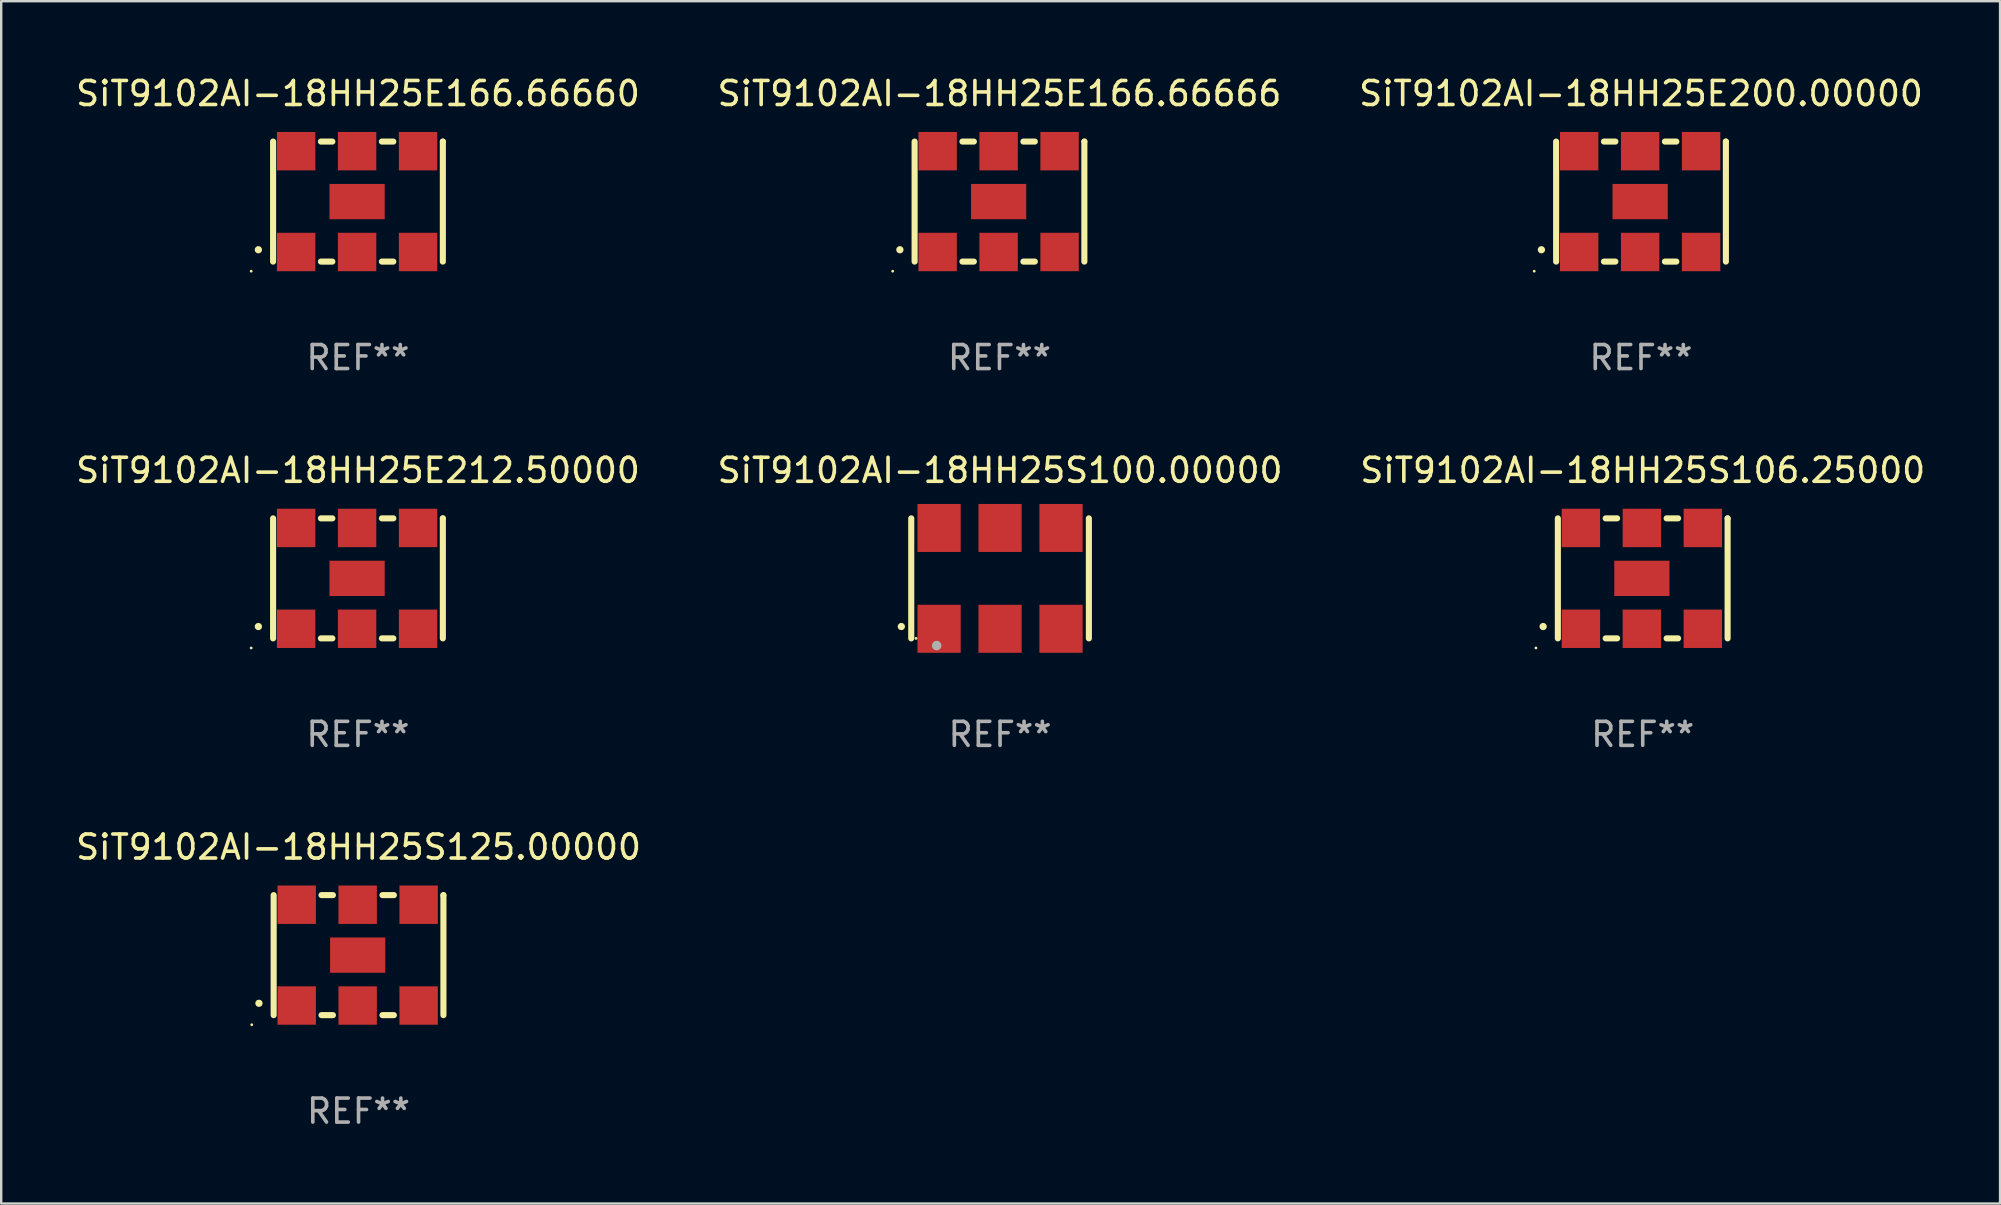
<source format=kicad_pcb>
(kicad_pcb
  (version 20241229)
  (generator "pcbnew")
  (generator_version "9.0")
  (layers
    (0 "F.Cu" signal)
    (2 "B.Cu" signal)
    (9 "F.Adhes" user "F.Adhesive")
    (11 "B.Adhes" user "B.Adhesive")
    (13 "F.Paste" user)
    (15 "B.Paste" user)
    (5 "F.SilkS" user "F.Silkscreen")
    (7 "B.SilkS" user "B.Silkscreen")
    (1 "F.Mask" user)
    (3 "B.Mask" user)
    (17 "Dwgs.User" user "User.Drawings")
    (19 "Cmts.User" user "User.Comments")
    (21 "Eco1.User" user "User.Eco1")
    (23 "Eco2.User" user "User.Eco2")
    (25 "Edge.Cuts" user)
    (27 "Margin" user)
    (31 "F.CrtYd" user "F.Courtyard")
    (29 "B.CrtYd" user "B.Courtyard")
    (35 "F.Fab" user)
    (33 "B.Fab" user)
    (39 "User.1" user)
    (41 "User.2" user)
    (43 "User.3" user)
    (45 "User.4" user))
  (footprint "SiT9102AI-18HH25E212.50000"
    (layer "F.Cu")
    (at 11.863 21.045)
    (property "Reference" "SiT9102AI-18HH25E212.50000" (at 0 -4.5 0) (layer "F.SilkS") (effects (font (size 1 1) (thickness 0.15))))
    (attr through_hole)
    (fp_line (start -3.536 -2.5) (end -3.536 2.5) (stroke (width 0.254) (type solid)) (layer "F.SilkS"))
    (fp_line (start -1.544 2.5) (end -1.067 2.5) (stroke (width 0.254) (type solid)) (layer "F.SilkS"))
    (fp_line (start -1.067 -2.5) (end -1.544 -2.5) (stroke (width 0.254) (type solid)) (layer "F.SilkS"))
    (fp_line (start 0.996 2.5) (end 1.473 2.5) (stroke (width 0.254) (type solid)) (layer "F.SilkS"))
    (fp_line (start 1.473 -2.5) (end 0.996 -2.5) (stroke (width 0.254) (type solid)) (layer "F.SilkS"))
    (fp_line (start 3.536 -2.5) (end 3.536 -2.5) (stroke (width 0.254) (type solid)) (layer "F.SilkS"))
    (fp_line (start 3.536 2.5) (end 3.536 -2.5) (stroke (width 0.254) (type solid)) (layer "F.SilkS"))
    (fp_arc (start -4.150432 2.006604) (mid -4.149162 2.006599) (end -4.147892 2.006604) (stroke (width 0.3) (type solid)) (layer "F.SilkS"))
    (fp_circle (center -4.449 2.9) (end -4.419 2.9) (stroke (width 0.06) (type solid)) (fill no) (layer "F.SilkS"))
    (fp_text user "REF**" (at 0 6.5 0) (layer "F.Fab") (effects (font (size 1 1) (thickness 0.15))))
    (pad "1" smd rect (at -2.576 2.1) (size 1.6 1.6) (layers "F.Cu" "F.Mask" "F.Paste"))
    (pad "2" smd rect (at -0.036 2.1) (size 1.6 1.6) (layers "F.Cu" "F.Mask" "F.Paste"))
    (pad "3" smd rect (at 2.504 2.1) (size 1.6 1.6) (layers "F.Cu" "F.Mask" "F.Paste"))
    (pad "4" smd rect (at 2.504 -2.1) (size 1.6 1.6) (layers "F.Cu" "F.Mask" "F.Paste"))
    (pad "5" smd rect (at -0.036 -2.1) (size 1.6 1.6) (layers "F.Cu" "F.Mask" "F.Paste"))
    (pad "6" smd rect (at -2.576 -2.1) (size 1.6 1.6) (layers "F.Cu" "F.Mask" "F.Paste"))
    (pad "7" smd rect (at -0.036 0) (size 2.3 1.47) (layers "F.Cu" "F.Mask" "F.Paste")))
  (footprint "SiT9102AI-18HH25E166.66660"
    (layer "F.Cu")
    (at 11.863 5.348)
    (property "Reference" "SiT9102AI-18HH25E166.66660" (at 0 -4.5 0) (layer "F.SilkS") (effects (font (size 1 1) (thickness 0.15))))
    (attr through_hole)
    (fp_line (start -3.536 -2.5) (end -3.536 2.5) (stroke (width 0.254) (type solid)) (layer "F.SilkS"))
    (fp_line (start -1.544 2.5) (end -1.067 2.5) (stroke (width 0.254) (type solid)) (layer "F.SilkS"))
    (fp_line (start -1.067 -2.5) (end -1.544 -2.5) (stroke (width 0.254) (type solid)) (layer "F.SilkS"))
    (fp_line (start 0.996 2.5) (end 1.473 2.5) (stroke (width 0.254) (type solid)) (layer "F.SilkS"))
    (fp_line (start 1.473 -2.5) (end 0.996 -2.5) (stroke (width 0.254) (type solid)) (layer "F.SilkS"))
    (fp_line (start 3.536 -2.5) (end 3.536 -2.5) (stroke (width 0.254) (type solid)) (layer "F.SilkS"))
    (fp_line (start 3.536 2.5) (end 3.536 -2.5) (stroke (width 0.254) (type solid)) (layer "F.SilkS"))
    (fp_arc (start -4.150432 2.006604) (mid -4.149162 2.006599) (end -4.147892 2.006604) (stroke (width 0.3) (type solid)) (layer "F.SilkS"))
    (fp_circle (center -4.449 2.9) (end -4.419 2.9) (stroke (width 0.06) (type solid)) (fill no) (layer "F.SilkS"))
    (fp_text user "REF**" (at 0 6.5 0) (layer "F.Fab") (effects (font (size 1 1) (thickness 0.15))))
    (pad "1" smd rect (at -2.576 2.1) (size 1.6 1.6) (layers "F.Cu" "F.Mask" "F.Paste"))
    (pad "2" smd rect (at -0.036 2.1) (size 1.6 1.6) (layers "F.Cu" "F.Mask" "F.Paste"))
    (pad "3" smd rect (at 2.504 2.1) (size 1.6 1.6) (layers "F.Cu" "F.Mask" "F.Paste"))
    (pad "4" smd rect (at 2.504 -2.1) (size 1.6 1.6) (layers "F.Cu" "F.Mask" "F.Paste"))
    (pad "5" smd rect (at -0.036 -2.1) (size 1.6 1.6) (layers "F.Cu" "F.Mask" "F.Paste"))
    (pad "6" smd rect (at -2.576 -2.1) (size 1.6 1.6) (layers "F.Cu" "F.Mask" "F.Paste"))
    (pad "7" smd rect (at -0.036 0) (size 2.3 1.47) (layers "F.Cu" "F.Mask" "F.Paste")))
  (footprint "SiT9102AI-18HH25S100.00000"
    (layer "F.Cu")
    (at 38.613 21.045)
    (property "Reference" "SiT9102AI-18HH25S100.00000" (at 0 -4.5 0) (layer "F.SilkS") (effects (font (size 1 1) (thickness 0.15))))
    (attr through_hole)
    (fp_line (start -3.7 -2.5) (end -3.7 2.5) (stroke (width 0.254) (type solid)) (layer "F.SilkS"))
    (fp_line (start 3.7 -2.5) (end 3.7 2.5) (stroke (width 0.254) (type solid)) (layer "F.SilkS"))
    (fp_arc (start -4.114415 2.006604) (mid -4.113145 2.006599) (end -4.111875 2.006604) (stroke (width 0.3) (type solid)) (layer "F.SilkS"))
    (fp_circle (center -3.5 2.501) (end -3.47 2.501) (stroke (width 0.06) (type solid)) (fill no) (layer "F.SilkS"))
    (fp_circle (center -2.641 2.799) (end -2.541 2.799) (stroke (width 0.2) (type solid)) (fill no) (layer "F.Fab"))
    (fp_text user "REF**" (at 0 6.5 0) (layer "F.Fab") (effects (font (size 1 1) (thickness 0.15))))
    (pad "1" smd rect (at -2.54 2.1) (size 1.8 2) (layers "F.Cu" "F.Mask" "F.Paste"))
    (pad "2" smd rect (at 0.000394 2.1) (size 1.8 2) (layers "F.Cu" "F.Mask" "F.Paste"))
    (pad "3" smd rect (at 2.54 2.1) (size 1.8 2) (layers "F.Cu" "F.Mask" "F.Paste"))
    (pad "4" smd rect (at 2.54 -2.1) (size 1.8 2) (layers "F.Cu" "F.Mask" "F.Paste"))
    (pad "5" smd rect (at 0.000394 -2.1) (size 1.8 2) (layers "F.Cu" "F.Mask" "F.Paste"))
    (pad "6" smd rect (at -2.54 -2.1) (size 1.8 2) (layers "F.Cu" "F.Mask" "F.Paste")))
  (footprint "SiT9102AI-18HH25S106.25000"
    (layer "F.Cu")
    (at 65.387 21.045)
    (property "Reference" "SiT9102AI-18HH25S106.25000" (at 0 -4.5 0) (layer "F.SilkS") (effects (font (size 1 1) (thickness 0.15))))
    (attr through_hole)
    (fp_line (start -3.536 -2.5) (end -3.536 2.5) (stroke (width 0.254) (type solid)) (layer "F.SilkS"))
    (fp_line (start -1.544 2.5) (end -1.067 2.5) (stroke (width 0.254) (type solid)) (layer "F.SilkS"))
    (fp_line (start -1.067 -2.5) (end -1.544 -2.5) (stroke (width 0.254) (type solid)) (layer "F.SilkS"))
    (fp_line (start 0.996 2.5) (end 1.473 2.5) (stroke (width 0.254) (type solid)) (layer "F.SilkS"))
    (fp_line (start 1.473 -2.5) (end 0.996 -2.5) (stroke (width 0.254) (type solid)) (layer "F.SilkS"))
    (fp_line (start 3.536 -2.5) (end 3.536 -2.5) (stroke (width 0.254) (type solid)) (layer "F.SilkS"))
    (fp_line (start 3.536 2.5) (end 3.536 -2.5) (stroke (width 0.254) (type solid)) (layer "F.SilkS"))
    (fp_arc (start -4.150432 2.006604) (mid -4.149162 2.006599) (end -4.147892 2.006604) (stroke (width 0.3) (type solid)) (layer "F.SilkS"))
    (fp_circle (center -4.449 2.9) (end -4.419 2.9) (stroke (width 0.06) (type solid)) (fill no) (layer "F.SilkS"))
    (fp_text user "REF**" (at 0 6.5 0) (layer "F.Fab") (effects (font (size 1 1) (thickness 0.15))))
    (pad "1" smd rect (at -2.576 2.1) (size 1.6 1.6) (layers "F.Cu" "F.Mask" "F.Paste"))
    (pad "2" smd rect (at -0.036 2.1) (size 1.6 1.6) (layers "F.Cu" "F.Mask" "F.Paste"))
    (pad "3" smd rect (at 2.504 2.1) (size 1.6 1.6) (layers "F.Cu" "F.Mask" "F.Paste"))
    (pad "4" smd rect (at 2.504 -2.1) (size 1.6 1.6) (layers "F.Cu" "F.Mask" "F.Paste"))
    (pad "5" smd rect (at -0.036 -2.1) (size 1.6 1.6) (layers "F.Cu" "F.Mask" "F.Paste"))
    (pad "6" smd rect (at -2.576 -2.1) (size 1.6 1.6) (layers "F.Cu" "F.Mask" "F.Paste"))
    (pad "7" smd rect (at -0.036 0) (size 2.3 1.47) (layers "F.Cu" "F.Mask" "F.Paste")))
  (footprint "SiT9102AI-18HH25E166.66666"
    (layer "F.Cu")
    (at 38.589 5.348)
    (property "Reference" "SiT9102AI-18HH25E166.66666" (at 0 -4.5 0) (layer "F.SilkS") (effects (font (size 1 1) (thickness 0.15))))
    (attr through_hole)
    (fp_line (start -3.536 -2.5) (end -3.536 2.5) (stroke (width 0.254) (type solid)) (layer "F.SilkS"))
    (fp_line (start -1.544 2.5) (end -1.067 2.5) (stroke (width 0.254) (type solid)) (layer "F.SilkS"))
    (fp_line (start -1.067 -2.5) (end -1.544 -2.5) (stroke (width 0.254) (type solid)) (layer "F.SilkS"))
    (fp_line (start 0.996 2.5) (end 1.473 2.5) (stroke (width 0.254) (type solid)) (layer "F.SilkS"))
    (fp_line (start 1.473 -2.5) (end 0.996 -2.5) (stroke (width 0.254) (type solid)) (layer "F.SilkS"))
    (fp_line (start 3.536 -2.5) (end 3.536 -2.5) (stroke (width 0.254) (type solid)) (layer "F.SilkS"))
    (fp_line (start 3.536 2.5) (end 3.536 -2.5) (stroke (width 0.254) (type solid)) (layer "F.SilkS"))
    (fp_arc (start -4.150432 2.006604) (mid -4.149162 2.006599) (end -4.147892 2.006604) (stroke (width 0.3) (type solid)) (layer "F.SilkS"))
    (fp_circle (center -4.449 2.9) (end -4.419 2.9) (stroke (width 0.06) (type solid)) (fill no) (layer "F.SilkS"))
    (fp_text user "REF**" (at 0 6.5 0) (layer "F.Fab") (effects (font (size 1 1) (thickness 0.15))))
    (pad "1" smd rect (at -2.576 2.1) (size 1.6 1.6) (layers "F.Cu" "F.Mask" "F.Paste"))
    (pad "2" smd rect (at -0.036 2.1) (size 1.6 1.6) (layers "F.Cu" "F.Mask" "F.Paste"))
    (pad "3" smd rect (at 2.504 2.1) (size 1.6 1.6) (layers "F.Cu" "F.Mask" "F.Paste"))
    (pad "4" smd rect (at 2.504 -2.1) (size 1.6 1.6) (layers "F.Cu" "F.Mask" "F.Paste"))
    (pad "5" smd rect (at -0.036 -2.1) (size 1.6 1.6) (layers "F.Cu" "F.Mask" "F.Paste"))
    (pad "6" smd rect (at -2.576 -2.1) (size 1.6 1.6) (layers "F.Cu" "F.Mask" "F.Paste"))
    (pad "7" smd rect (at -0.036 0) (size 2.3 1.47) (layers "F.Cu" "F.Mask" "F.Paste")))
  (footprint "SiT9102AI-18HH25E200.00000"
    (layer "F.Cu")
    (at 65.315 5.348)
    (property "Reference" "SiT9102AI-18HH25E200.00000" (at 0 -4.5 0) (layer "F.SilkS") (effects (font (size 1 1) (thickness 0.15))))
    (attr through_hole)
    (fp_line (start -3.536 -2.5) (end -3.536 2.5) (stroke (width 0.254) (type solid)) (layer "F.SilkS"))
    (fp_line (start -1.544 2.5) (end -1.067 2.5) (stroke (width 0.254) (type solid)) (layer "F.SilkS"))
    (fp_line (start -1.067 -2.5) (end -1.544 -2.5) (stroke (width 0.254) (type solid)) (layer "F.SilkS"))
    (fp_line (start 0.996 2.5) (end 1.473 2.5) (stroke (width 0.254) (type solid)) (layer "F.SilkS"))
    (fp_line (start 1.473 -2.5) (end 0.996 -2.5) (stroke (width 0.254) (type solid)) (layer "F.SilkS"))
    (fp_line (start 3.536 -2.5) (end 3.536 -2.5) (stroke (width 0.254) (type solid)) (layer "F.SilkS"))
    (fp_line (start 3.536 2.5) (end 3.536 -2.5) (stroke (width 0.254) (type solid)) (layer "F.SilkS"))
    (fp_arc (start -4.150432 2.006604) (mid -4.149162 2.006599) (end -4.147892 2.006604) (stroke (width 0.3) (type solid)) (layer "F.SilkS"))
    (fp_circle (center -4.449 2.9) (end -4.419 2.9) (stroke (width 0.06) (type solid)) (fill no) (layer "F.SilkS"))
    (fp_text user "REF**" (at 0 6.5 0) (layer "F.Fab") (effects (font (size 1 1) (thickness 0.15))))
    (pad "1" smd rect (at -2.576 2.1) (size 1.6 1.6) (layers "F.Cu" "F.Mask" "F.Paste"))
    (pad "2" smd rect (at -0.036 2.1) (size 1.6 1.6) (layers "F.Cu" "F.Mask" "F.Paste"))
    (pad "3" smd rect (at 2.504 2.1) (size 1.6 1.6) (layers "F.Cu" "F.Mask" "F.Paste"))
    (pad "4" smd rect (at 2.504 -2.1) (size 1.6 1.6) (layers "F.Cu" "F.Mask" "F.Paste"))
    (pad "5" smd rect (at -0.036 -2.1) (size 1.6 1.6) (layers "F.Cu" "F.Mask" "F.Paste"))
    (pad "6" smd rect (at -2.576 -2.1) (size 1.6 1.6) (layers "F.Cu" "F.Mask" "F.Paste"))
    (pad "7" smd rect (at -0.036 0) (size 2.3 1.47) (layers "F.Cu" "F.Mask" "F.Paste")))
  (footprint "SiT9102AI-18HH25S125.00000"
    (layer "F.Cu")
    (at 11.887 36.741)
    (property "Reference" "SiT9102AI-18HH25S125.00000" (at 0 -4.5 0) (layer "F.SilkS") (effects (font (size 1 1) (thickness 0.15))))
    (attr through_hole)
    (fp_line (start -3.536 -2.5) (end -3.536 2.5) (stroke (width 0.254) (type solid)) (layer "F.SilkS"))
    (fp_line (start -1.544 2.5) (end -1.067 2.5) (stroke (width 0.254) (type solid)) (layer "F.SilkS"))
    (fp_line (start -1.067 -2.5) (end -1.544 -2.5) (stroke (width 0.254) (type solid)) (layer "F.SilkS"))
    (fp_line (start 0.996 2.5) (end 1.473 2.5) (stroke (width 0.254) (type solid)) (layer "F.SilkS"))
    (fp_line (start 1.473 -2.5) (end 0.996 -2.5) (stroke (width 0.254) (type solid)) (layer "F.SilkS"))
    (fp_line (start 3.536 -2.5) (end 3.536 -2.5) (stroke (width 0.254) (type solid)) (layer "F.SilkS"))
    (fp_line (start 3.536 2.5) (end 3.536 -2.5) (stroke (width 0.254) (type solid)) (layer "F.SilkS"))
    (fp_arc (start -4.150432 2.006604) (mid -4.149162 2.006599) (end -4.147892 2.006604) (stroke (width 0.3) (type solid)) (layer "F.SilkS"))
    (fp_circle (center -4.449 2.9) (end -4.419 2.9) (stroke (width 0.06) (type solid)) (fill no) (layer "F.SilkS"))
    (fp_text user "REF**" (at 0 6.5 0) (layer "F.Fab") (effects (font (size 1 1) (thickness 0.15))))
    (pad "1" smd rect (at -2.576 2.1) (size 1.6 1.6) (layers "F.Cu" "F.Mask" "F.Paste"))
    (pad "2" smd rect (at -0.036 2.1) (size 1.6 1.6) (layers "F.Cu" "F.Mask" "F.Paste"))
    (pad "3" smd rect (at 2.504 2.1) (size 1.6 1.6) (layers "F.Cu" "F.Mask" "F.Paste"))
    (pad "4" smd rect (at 2.504 -2.1) (size 1.6 1.6) (layers "F.Cu" "F.Mask" "F.Paste"))
    (pad "5" smd rect (at -0.036 -2.1) (size 1.6 1.6) (layers "F.Cu" "F.Mask" "F.Paste"))
    (pad "6" smd rect (at -2.576 -2.1) (size 1.6 1.6) (layers "F.Cu" "F.Mask" "F.Paste"))
    (pad "7" smd rect (at -0.036 0) (size 2.3 1.47) (layers "F.Cu" "F.Mask" "F.Paste")))
  (gr_rect
    (start -3 -3)
    (end 80.274 47.09)
    (stroke (width 0.1) (type default))
    (fill no)
    (layer "Edge.Cuts")))
</source>
